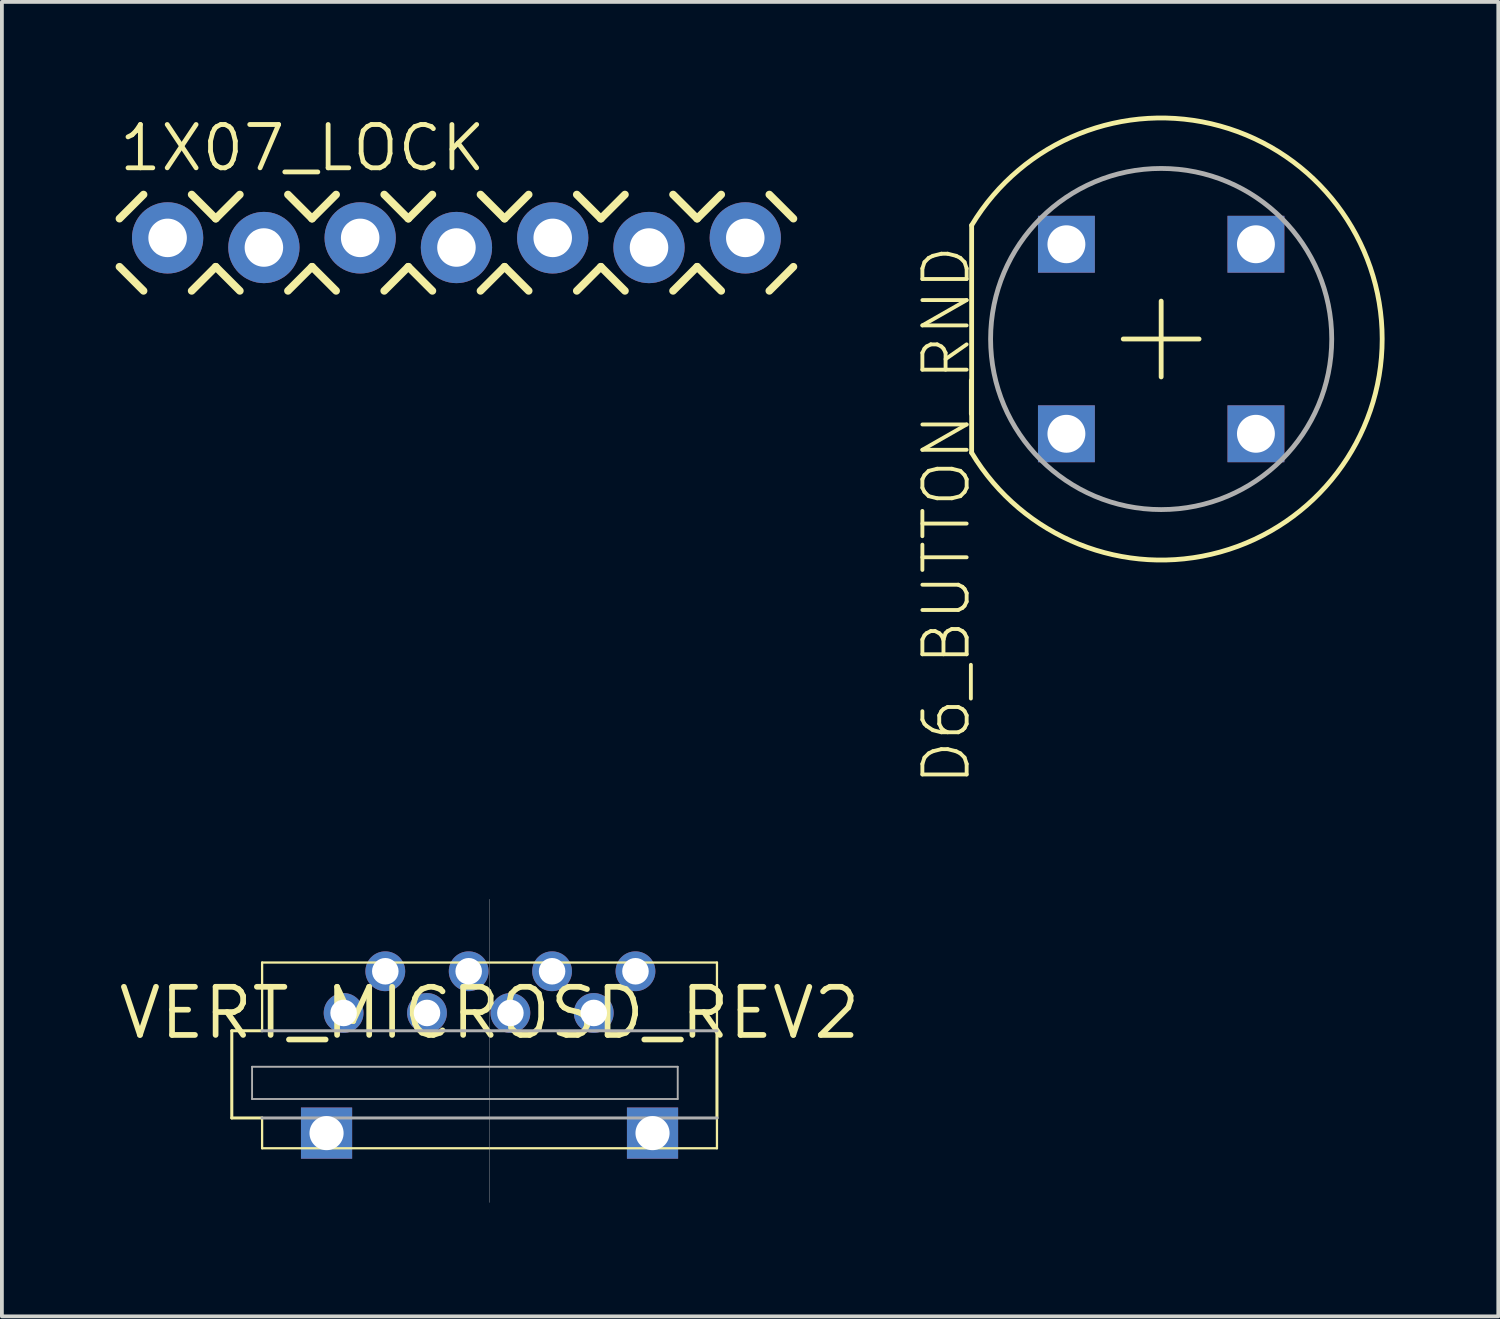
<source format=kicad_pcb>
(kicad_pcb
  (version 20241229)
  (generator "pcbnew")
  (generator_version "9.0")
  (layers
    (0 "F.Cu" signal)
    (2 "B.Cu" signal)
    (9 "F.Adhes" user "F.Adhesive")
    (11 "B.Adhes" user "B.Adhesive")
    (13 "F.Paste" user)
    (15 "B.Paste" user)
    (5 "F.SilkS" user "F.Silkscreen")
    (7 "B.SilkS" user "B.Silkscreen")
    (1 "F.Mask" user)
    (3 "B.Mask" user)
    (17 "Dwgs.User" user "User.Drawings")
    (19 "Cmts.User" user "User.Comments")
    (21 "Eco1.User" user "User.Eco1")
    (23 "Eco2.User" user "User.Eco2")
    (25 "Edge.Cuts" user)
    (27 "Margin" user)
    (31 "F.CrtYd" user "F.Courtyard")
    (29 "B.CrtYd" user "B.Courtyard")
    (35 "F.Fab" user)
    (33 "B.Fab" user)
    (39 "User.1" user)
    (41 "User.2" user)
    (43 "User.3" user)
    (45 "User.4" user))
  (footprint "VERT_MICROSD_REV2"
    (layer "F.Cu")
    (at 9.865 23.674)
    (property "Reference" "VERT_MICROSD_REV2" (at 0 0 0) (layer "F.SilkS") (effects (font (size 1.27 1.27) (thickness 0.15))))
    (fp_line (start -6.8 0.47) (end -6 0.47) (stroke (width 0.08) (type solid)) (layer "F.SilkS"))
    (fp_line (start -6.8 2.77) (end -6.8 0.47) (stroke (width 0.08) (type solid)) (layer "F.SilkS"))
    (fp_line (start -6 -1.33) (end 6 -1.33) (stroke (width 0.06) (type solid)) (layer "F.SilkS"))
    (fp_line (start -6 0.47) (end -6 -1.33) (stroke (width 0.06) (type solid)) (layer "F.SilkS"))
    (fp_line (start -6 2.77) (end -6.8 2.77) (stroke (width 0.08) (type solid)) (layer "F.SilkS"))
    (fp_line (start -6 2.77) (end -6 3.57) (stroke (width 0.06) (type solid)) (layer "F.SilkS"))
    (fp_line (start -6 3.57) (end 6 3.57) (stroke (width 0.06) (type solid)) (layer "F.SilkS"))
    (fp_line (start 6 -1.33) (end 6 0.47) (stroke (width 0.06) (type solid)) (layer "F.SilkS"))
    (fp_line (start 6 0.47) (end 6 2.77) (stroke (width 0.08) (type solid)) (layer "F.SilkS"))
    (fp_line (start 6 3.57) (end 6 2.77) (stroke (width 0.06) (type solid)) (layer "F.SilkS"))
    (fp_line (start -6.265 1.42) (end 4.965 1.42) (stroke (width 0.05) (type solid)) (layer "F.Fab"))
    (fp_line (start -6.265 2.27) (end -6.265 1.42) (stroke (width 0.05) (type solid)) (layer "F.Fab"))
    (fp_line (start -6 0.47) (end 6 0.47) (stroke (width 0.08) (type solid)) (layer "F.Fab"))
    (fp_line (start 0 5) (end 0 -3) (stroke (width 0.01) (type solid)) (layer "F.Fab"))
    (fp_line (start 4.965 1.42) (end 4.965 2.27) (stroke (width 0.05) (type solid)) (layer "F.Fab"))
    (fp_line (start 4.965 2.27) (end -6.265 2.27) (stroke (width 0.05) (type solid)) (layer "F.Fab"))
    (fp_line (start 6 2.77) (end -6 2.77) (stroke (width 0.08) (type solid)) (layer "F.Fab"))
    (pad "GND1" thru_hole rect (at -4.3 3.17) (size 1.35 1.35) (drill 0.9) (layers "*.Cu" "*.Mask"))
    (pad "GND2" thru_hole rect (at 4.3 3.17) (size 1.35 1.35) (drill 0.9) (layers "*.Cu" "*.Mask"))
    (pad "P$1" thru_hole circle (at -3.85 0) (size 1.05 1.05) (drill 0.7) (layers "*.Cu" "*.Mask"))
    (pad "P$2" thru_hole circle (at -2.75 -1.1) (size 1.05 1.05) (drill 0.7) (layers "*.Cu" "*.Mask"))
    (pad "P$3" thru_hole circle (at -1.65 0) (size 1.05 1.05) (drill 0.7) (layers "*.Cu" "*.Mask"))
    (pad "P$4" thru_hole circle (at -0.55 -1.1) (size 1.05 1.05) (drill 0.7) (layers "*.Cu" "*.Mask"))
    (pad "P$5" thru_hole circle (at 0.55 0) (size 1.05 1.05) (drill 0.7) (layers "*.Cu" "*.Mask"))
    (pad "P$6" thru_hole circle (at 1.65 -1.1) (size 1.05 1.05) (drill 0.7) (layers "*.Cu" "*.Mask"))
    (pad "P$7" thru_hole circle (at 2.75 0) (size 1.05 1.05) (drill 0.7) (layers "*.Cu" "*.Mask"))
    (pad "P$8" thru_hole circle (at 3.85 -1.1) (size 1.05 1.05) (drill 0.7) (layers "*.Cu" "*.Mask")))
  (footprint "1X07_LOCK"
    (layer "F.Cu")
    (at 1.372 3.353)
    (property "Reference" "1X07_LOCK" (at -1.346 -1.829 0) (layer "F.SilkS") (effects (font (size 1.143 1.143) (thickness 0.127)) (justify left bottom)))
    (fp_line (start -1.27 0.635) (end -0.635 1.27) (stroke (width 0.203) (type solid)) (layer "F.SilkS"))
    (fp_line (start -0.635 -1.27) (end -1.27 -0.635) (stroke (width 0.203) (type solid)) (layer "F.SilkS"))
    (fp_line (start 0.635 -1.27) (end 1.27 -0.635) (stroke (width 0.203) (type solid)) (layer "F.SilkS"))
    (fp_line (start 1.27 -0.635) (end 1.905 -1.27) (stroke (width 0.203) (type solid)) (layer "F.SilkS"))
    (fp_line (start 1.27 0.635) (end 0.635 1.27) (stroke (width 0.203) (type solid)) (layer "F.SilkS"))
    (fp_line (start 1.905 1.27) (end 1.27 0.635) (stroke (width 0.203) (type solid)) (layer "F.SilkS"))
    (fp_line (start 3.175 -1.27) (end 3.81 -0.635) (stroke (width 0.203) (type solid)) (layer "F.SilkS"))
    (fp_line (start 3.81 -0.635) (end 4.445 -1.27) (stroke (width 0.203) (type solid)) (layer "F.SilkS"))
    (fp_line (start 3.81 0.635) (end 3.175 1.27) (stroke (width 0.203) (type solid)) (layer "F.SilkS"))
    (fp_line (start 4.445 1.27) (end 3.81 0.635) (stroke (width 0.203) (type solid)) (layer "F.SilkS"))
    (fp_line (start 5.715 -1.27) (end 6.35 -0.635) (stroke (width 0.203) (type solid)) (layer "F.SilkS"))
    (fp_line (start 6.35 0.635) (end 5.715 1.27) (stroke (width 0.203) (type solid)) (layer "F.SilkS"))
    (fp_line (start 6.35 0.635) (end 6.985 1.27) (stroke (width 0.203) (type solid)) (layer "F.SilkS"))
    (fp_line (start 6.985 -1.27) (end 6.35 -0.635) (stroke (width 0.203) (type solid)) (layer "F.SilkS"))
    (fp_line (start 8.255 -1.27) (end 8.89 -0.635) (stroke (width 0.203) (type solid)) (layer "F.SilkS"))
    (fp_line (start 8.89 -0.635) (end 9.525 -1.27) (stroke (width 0.203) (type solid)) (layer "F.SilkS"))
    (fp_line (start 8.89 0.635) (end 8.255 1.27) (stroke (width 0.203) (type solid)) (layer "F.SilkS"))
    (fp_line (start 9.525 1.27) (end 8.89 0.635) (stroke (width 0.203) (type solid)) (layer "F.SilkS"))
    (fp_line (start 10.795 -1.27) (end 11.43 -0.635) (stroke (width 0.203) (type solid)) (layer "F.SilkS"))
    (fp_line (start 11.43 -0.635) (end 12.065 -1.27) (stroke (width 0.203) (type solid)) (layer "F.SilkS"))
    (fp_line (start 11.43 0.635) (end 10.795 1.27) (stroke (width 0.203) (type solid)) (layer "F.SilkS"))
    (fp_line (start 12.065 1.27) (end 11.43 0.635) (stroke (width 0.203) (type solid)) (layer "F.SilkS"))
    (fp_line (start 13.335 -1.27) (end 13.97 -0.635) (stroke (width 0.203) (type solid)) (layer "F.SilkS"))
    (fp_line (start 13.97 0.635) (end 13.335 1.27) (stroke (width 0.203) (type solid)) (layer "F.SilkS"))
    (fp_line (start 13.97 0.635) (end 14.605 1.27) (stroke (width 0.203) (type solid)) (layer "F.SilkS"))
    (fp_line (start 14.605 -1.27) (end 13.97 -0.635) (stroke (width 0.203) (type solid)) (layer "F.SilkS"))
    (fp_line (start 15.875 -1.27) (end 16.51 -0.635) (stroke (width 0.203) (type solid)) (layer "F.SilkS"))
    (fp_line (start 16.51 0.635) (end 15.875 1.27) (stroke (width 0.203) (type solid)) (layer "F.SilkS"))
    (fp_poly (pts (xy -0.254 0.254) (xy 0.254 0.254) (xy 0.254 -0.254) (xy -0.254 -0.254)) (stroke (width 0.1) (type default)) (fill no) (layer "F.Fab"))
    (fp_poly (pts (xy 2.286 0.254) (xy 2.794 0.254) (xy 2.794 -0.254) (xy 2.286 -0.254)) (stroke (width 0.1) (type default)) (fill no) (layer "F.Fab"))
    (fp_poly (pts (xy 4.826 0.254) (xy 5.334 0.254) (xy 5.334 -0.254) (xy 4.826 -0.254)) (stroke (width 0.1) (type default)) (fill no) (layer "F.Fab"))
    (fp_poly (pts (xy 7.366 0.254) (xy 7.874 0.254) (xy 7.874 -0.254) (xy 7.366 -0.254)) (stroke (width 0.1) (type default)) (fill no) (layer "F.Fab"))
    (fp_poly (pts (xy 9.906 0.254) (xy 10.414 0.254) (xy 10.414 -0.254) (xy 9.906 -0.254)) (stroke (width 0.1) (type default)) (fill no) (layer "F.Fab"))
    (fp_poly (pts (xy 12.446 0.254) (xy 12.954 0.254) (xy 12.954 -0.254) (xy 12.446 -0.254)) (stroke (width 0.1) (type default)) (fill no) (layer "F.Fab"))
    (fp_poly (pts (xy 14.986 0.254) (xy 15.494 0.254) (xy 15.494 -0.254) (xy 14.986 -0.254)) (stroke (width 0.1) (type default)) (fill no) (layer "F.Fab"))
    (pad "1" thru_hole circle (at 0 -0.127 90) (size 1.88 1.88) (drill 1.016) (layers "*.Cu" "*.Mask"))
    (pad "2" thru_hole circle (at 2.54 0.127 90) (size 1.88 1.88) (drill 1.016) (layers "*.Cu" "*.Mask"))
    (pad "3" thru_hole circle (at 5.08 -0.127 90) (size 1.88 1.88) (drill 1.016) (layers "*.Cu" "*.Mask"))
    (pad "4" thru_hole circle (at 7.62 0.127 90) (size 1.88 1.88) (drill 1.016) (layers "*.Cu" "*.Mask"))
    (pad "5" thru_hole circle (at 10.16 -0.127 90) (size 1.88 1.88) (drill 1.016) (layers "*.Cu" "*.Mask"))
    (pad "6" thru_hole circle (at 12.7 0.127 90) (size 1.88 1.88) (drill 1.016) (layers "*.Cu" "*.Mask"))
    (pad "7" thru_hole circle (at 15.24 -0.127 90) (size 1.88 1.88) (drill 1.016) (layers "*.Cu" "*.Mask")))
  (footprint "D6_BUTTON_RND"
    (layer "F.Cu")
    (at 27.584 5.894)
    (property "Reference" "D6_BUTTON_RND" (at -6.35 -2.54 90) (layer "F.SilkS") (effects (font (size 1.168 1.168) (thickness 0.102)) (justify right top)))
    (fp_line (start -5 -3) (end -5 3) (stroke (width 0.127) (type solid)) (layer "F.SilkS"))
    (fp_line (start -1 0) (end 1 0) (stroke (width 0.127) (type solid)) (layer "F.SilkS"))
    (fp_line (start 0 -1) (end 0 1) (stroke (width 0.127) (type solid)) (layer "F.SilkS"))
    (fp_arc (start -5 -3) (mid 5.830952 0) (end -5 3) (stroke (width 0.127) (type solid)) (layer "F.SilkS"))
    (fp_circle (center 0 0) (end 4.5 0) (stroke (width 0.127) (type solid)) (fill no) (layer "F.Fab"))
    (pad "P$1" thru_hole rect (at -2.5 -2.5) (size 1.5 1.5) (drill 1) (layers "*.Cu" "*.Mask"))
    (pad "P$2" thru_hole rect (at 2.5 -2.5) (size 1.5 1.5) (drill 1) (layers "*.Cu" "*.Mask"))
    (pad "P$3" thru_hole rect (at 2.5 2.5) (size 1.5 1.5) (drill 1) (layers "*.Cu" "*.Mask"))
    (pad "P$4" thru_hole rect (at -2.5 2.5) (size 1.5 1.5) (drill 1) (layers "*.Cu" "*.Mask")))
  (gr_rect
    (start -3 -3)
    (end 36.478 31.679)
    (stroke (width 0.1) (type default))
    (fill no)
    (layer "Edge.Cuts")))
</source>
